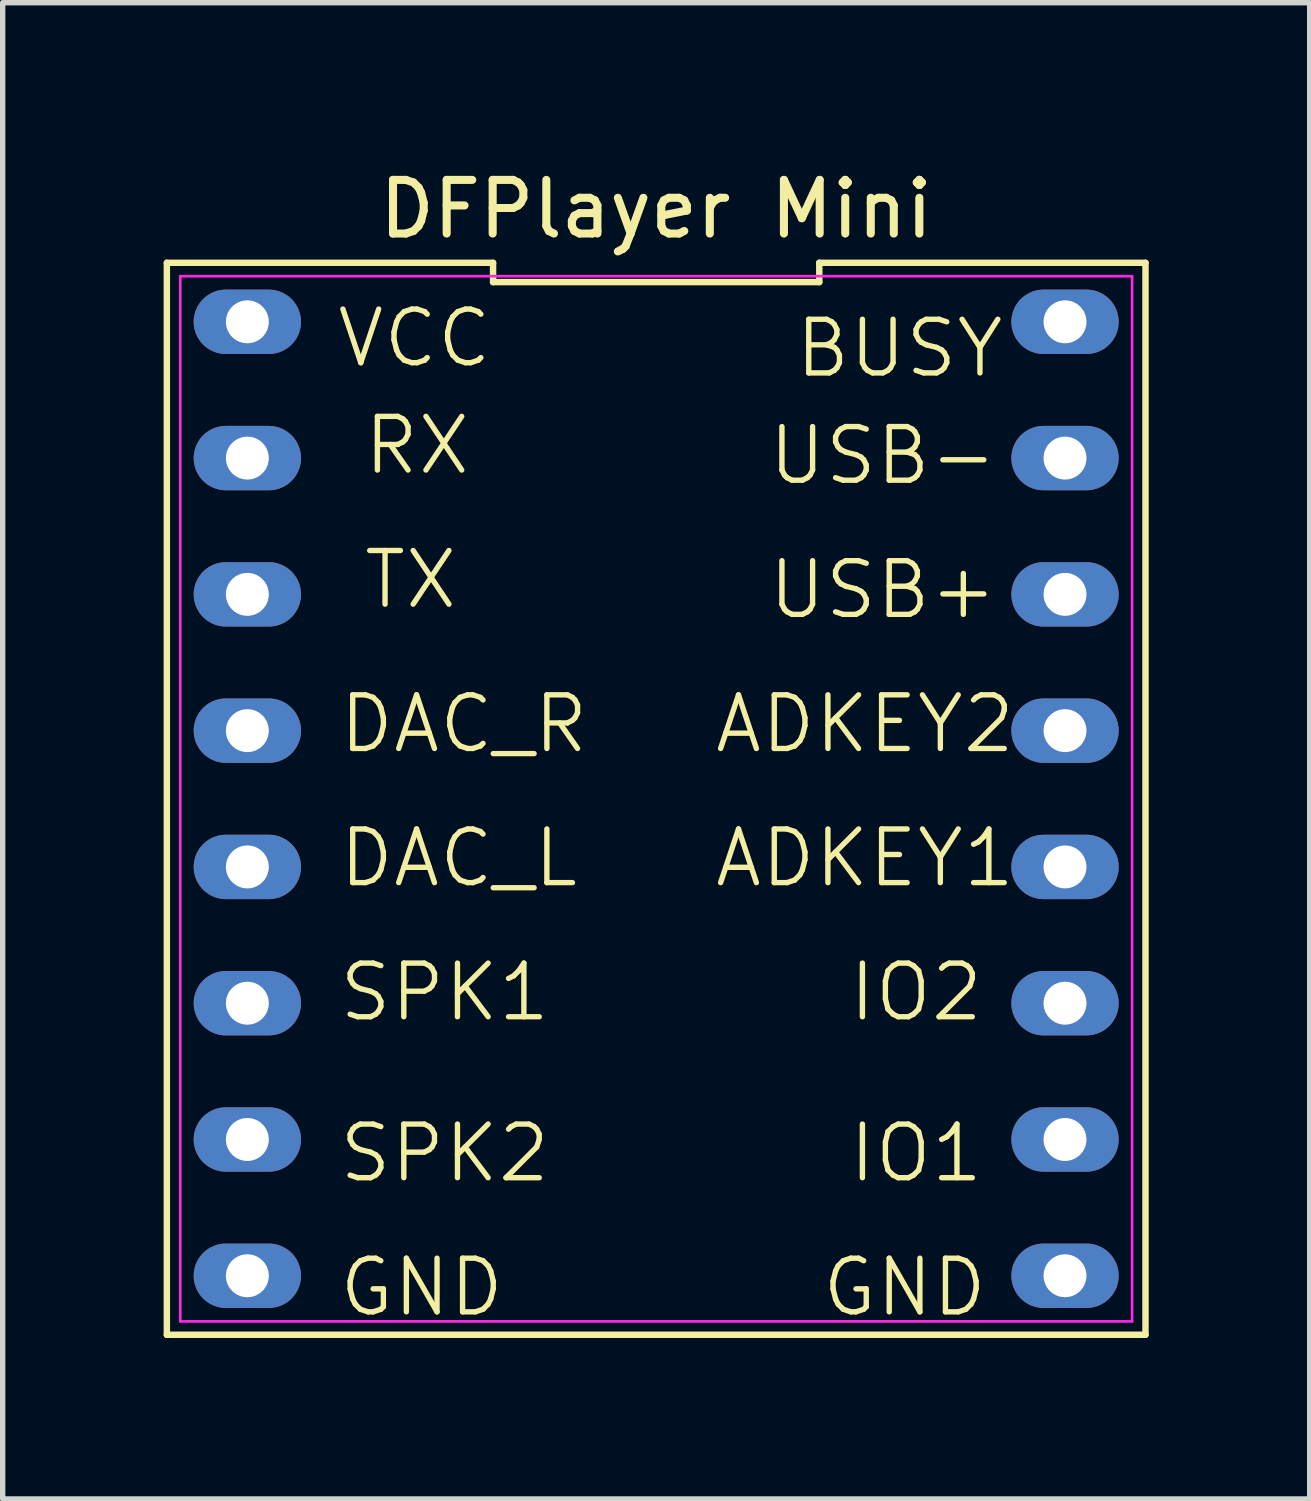
<source format=kicad_pcb>
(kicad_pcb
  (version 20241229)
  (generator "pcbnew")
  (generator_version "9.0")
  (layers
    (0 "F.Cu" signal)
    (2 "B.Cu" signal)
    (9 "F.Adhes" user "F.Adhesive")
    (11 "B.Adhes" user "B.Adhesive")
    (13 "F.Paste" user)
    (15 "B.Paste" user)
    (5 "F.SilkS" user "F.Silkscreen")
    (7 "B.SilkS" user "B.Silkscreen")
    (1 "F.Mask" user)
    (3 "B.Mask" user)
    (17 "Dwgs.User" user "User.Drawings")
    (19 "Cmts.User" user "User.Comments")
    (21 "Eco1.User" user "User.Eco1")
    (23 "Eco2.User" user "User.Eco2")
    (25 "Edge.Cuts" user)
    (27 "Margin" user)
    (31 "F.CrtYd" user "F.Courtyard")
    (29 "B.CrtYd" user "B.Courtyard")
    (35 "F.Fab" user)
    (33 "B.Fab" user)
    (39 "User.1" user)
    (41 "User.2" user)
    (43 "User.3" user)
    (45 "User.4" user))
  (footprint "DFPlayer Mini"
    (layer "F.Cu")
    (at 9.22 11.528)
    (property "Reference" "DFPlayer Mini" (at -0.04 -10.68 0) (layer "F.SilkS") (effects (font (size 1 1) (thickness 0.15))))
    (attr through_hole)
    (fp_line (start -9.16 -9.68) (end -9.16 10.3) (stroke (width 0.12) (type default)) (layer "F.SilkS"))
    (fp_line (start -9.16 10.3) (end 9.08 10.3) (stroke (width 0.12) (type default)) (layer "F.SilkS"))
    (fp_line (start -3.08 -9.68) (end -9.16 -9.68) (stroke (width 0.12) (type default)) (layer "F.SilkS"))
    (fp_line (start -3.08 -9.32) (end -3.08 -9.68) (stroke (width 0.12) (type default)) (layer "F.SilkS"))
    (fp_line (start 3 -9.68) (end 3 -9.32) (stroke (width 0.12) (type default)) (layer "F.SilkS"))
    (fp_line (start 3 -9.32) (end -3.08 -9.32) (stroke (width 0.12) (type default)) (layer "F.SilkS"))
    (fp_line (start 9.08 -9.68) (end 3 -9.68) (stroke (width 0.12) (type default)) (layer "F.SilkS"))
    (fp_line (start 9.08 10.3) (end 9.08 -9.68) (stroke (width 0.12) (type default)) (layer "F.SilkS"))
    (fp_line (start -8.91 -9.43) (end 8.83 -9.43) (stroke (width 0.05) (type default)) (layer "F.CrtYd"))
    (fp_line (start -8.91 10.05) (end -8.91 -9.43) (stroke (width 0.05) (type default)) (layer "F.CrtYd"))
    (fp_line (start 8.83 -9.43) (end 8.83 10.05) (stroke (width 0.05) (type default)) (layer "F.CrtYd"))
    (fp_line (start 8.83 10.05) (end -8.91 10.05) (stroke (width 0.05) (type default)) (layer "F.CrtYd"))
    (fp_text user "ADKEY1" (at 1 2 0) (unlocked yes) (layer "F.SilkS") (effects (font (size 1 1) (thickness 0.1)) (justify left bottom)))
    (fp_text user "SPK1" (at -6 4.5 0) (unlocked yes) (layer "F.SilkS") (effects (font (size 1 1) (thickness 0.1)) (justify left bottom)))
    (fp_text user "GND" (at -6 10 0) (unlocked yes) (layer "F.SilkS") (effects (font (size 1 1) (thickness 0.1)) (justify left bottom)))
    (fp_text user "SPK2" (at -6 7.5 0) (unlocked yes) (layer "F.SilkS") (effects (font (size 1 1) (thickness 0.1)) (justify left bottom)))
    (fp_text user "GND" (at 3 10 0) (unlocked yes) (layer "F.SilkS") (effects (font (size 1 1) (thickness 0.1)) (justify left bottom)))
    (fp_text user "IO1" (at 3.5 7.5 0) (unlocked yes) (layer "F.SilkS") (effects (font (size 1 1) (thickness 0.1)) (justify left bottom)))
    (fp_text user "IO2" (at 3.5 4.5 0) (unlocked yes) (layer "F.SilkS") (effects (font (size 1 1) (thickness 0.1)) (justify left bottom)))
    (fp_text user "USB+" (at 2 -3 0) (unlocked yes) (layer "F.SilkS") (effects (font (size 1 1) (thickness 0.1)) (justify left bottom)))
    (fp_text user "VCC" (at -6.04 -7.69 0) (unlocked yes) (layer "F.SilkS") (effects (font (size 1 1) (thickness 0.1)) (justify left bottom)))
    (fp_text user "TX" (at -5.54 -3.19 0) (unlocked yes) (layer "F.SilkS") (effects (font (size 1 1) (thickness 0.1)) (justify left bottom)))
    (fp_text user "USB-" (at 2 -5.5 0) (unlocked yes) (layer "F.SilkS") (effects (font (size 1 1) (thickness 0.1)) (justify left bottom)))
    (fp_text user "RX" (at -5.54 -5.69 0) (unlocked yes) (layer "F.SilkS") (effects (font (size 1 1) (thickness 0.1)) (justify left bottom)))
    (fp_text user "DAC_R" (at -6 -0.5 0) (unlocked yes) (layer "F.SilkS") (effects (font (size 1 1) (thickness 0.1)) (justify left bottom)))
    (fp_text user "BUSY" (at 2.5 -7.5 0) (unlocked yes) (layer "F.SilkS") (effects (font (size 1 1) (thickness 0.1)) (justify left bottom)))
    (fp_text user "ADKEY2" (at 1 -0.5 0) (unlocked yes) (layer "F.SilkS") (effects (font (size 1 1) (thickness 0.1)) (justify left bottom)))
    (fp_text user "DAC_L" (at -6 2 0) (unlocked yes) (layer "F.SilkS") (effects (font (size 1 1) (thickness 0.1)) (justify left bottom)))
    (pad "1" thru_hole oval (at -7.66 -8.58 270) (size 1.2 2) (drill 0.8) (layers "*.Cu" "*.Mask"))
    (pad "2" thru_hole oval (at -7.66 -6.04 270) (size 1.2 2) (drill 0.8) (layers "*.Cu" "*.Mask"))
    (pad "3" thru_hole oval (at -7.66 -3.5 270) (size 1.2 2) (drill 0.8) (layers "*.Cu" "*.Mask"))
    (pad "4" thru_hole oval (at -7.66 -0.96 270) (size 1.2 2) (drill 0.8) (layers "*.Cu" "*.Mask"))
    (pad "5" thru_hole oval (at -7.66 1.58 270) (size 1.2 2) (drill 0.8) (layers "*.Cu" "*.Mask"))
    (pad "6" thru_hole oval (at -7.66 4.12 270) (size 1.2 2) (drill 0.8) (layers "*.Cu" "*.Mask"))
    (pad "7" thru_hole oval (at -7.66 6.66 270) (size 1.2 2) (drill 0.8) (layers "*.Cu" "*.Mask"))
    (pad "8" thru_hole oval (at -7.66 9.2 270) (size 1.2 2) (drill 0.8) (layers "*.Cu" "*.Mask"))
    (pad "9" thru_hole oval (at 7.58 9.2 270) (size 1.2 2) (drill 0.8) (layers "*.Cu" "*.Mask"))
    (pad "10" thru_hole oval (at 7.58 6.66 270) (size 1.2 2) (drill 0.8) (layers "*.Cu" "*.Mask"))
    (pad "11" thru_hole oval (at 7.58 4.12 270) (size 1.2 2) (drill 0.8) (layers "*.Cu" "*.Mask"))
    (pad "12" thru_hole oval (at 7.58 1.58 270) (size 1.2 2) (drill 0.8) (layers "*.Cu" "*.Mask"))
    (pad "13" thru_hole oval (at 7.58 -0.96 270) (size 1.2 2) (drill 0.8) (layers "*.Cu" "*.Mask"))
    (pad "14" thru_hole oval (at 7.58 -3.5 270) (size 1.2 2) (drill 0.8) (layers "*.Cu" "*.Mask"))
    (pad "15" thru_hole oval (at 7.58 -6.04 270) (size 1.2 2) (drill 0.8) (layers "*.Cu" "*.Mask"))
    (pad "16" thru_hole oval (at 7.58 -8.58 270) (size 1.2 2) (drill 0.8) (layers "*.Cu" "*.Mask")))
  (gr_rect
    (start -3 -3)
    (end 21.36 24.888)
    (stroke (width 0.1) (type default))
    (fill no)
    (layer "Edge.Cuts")))
</source>
